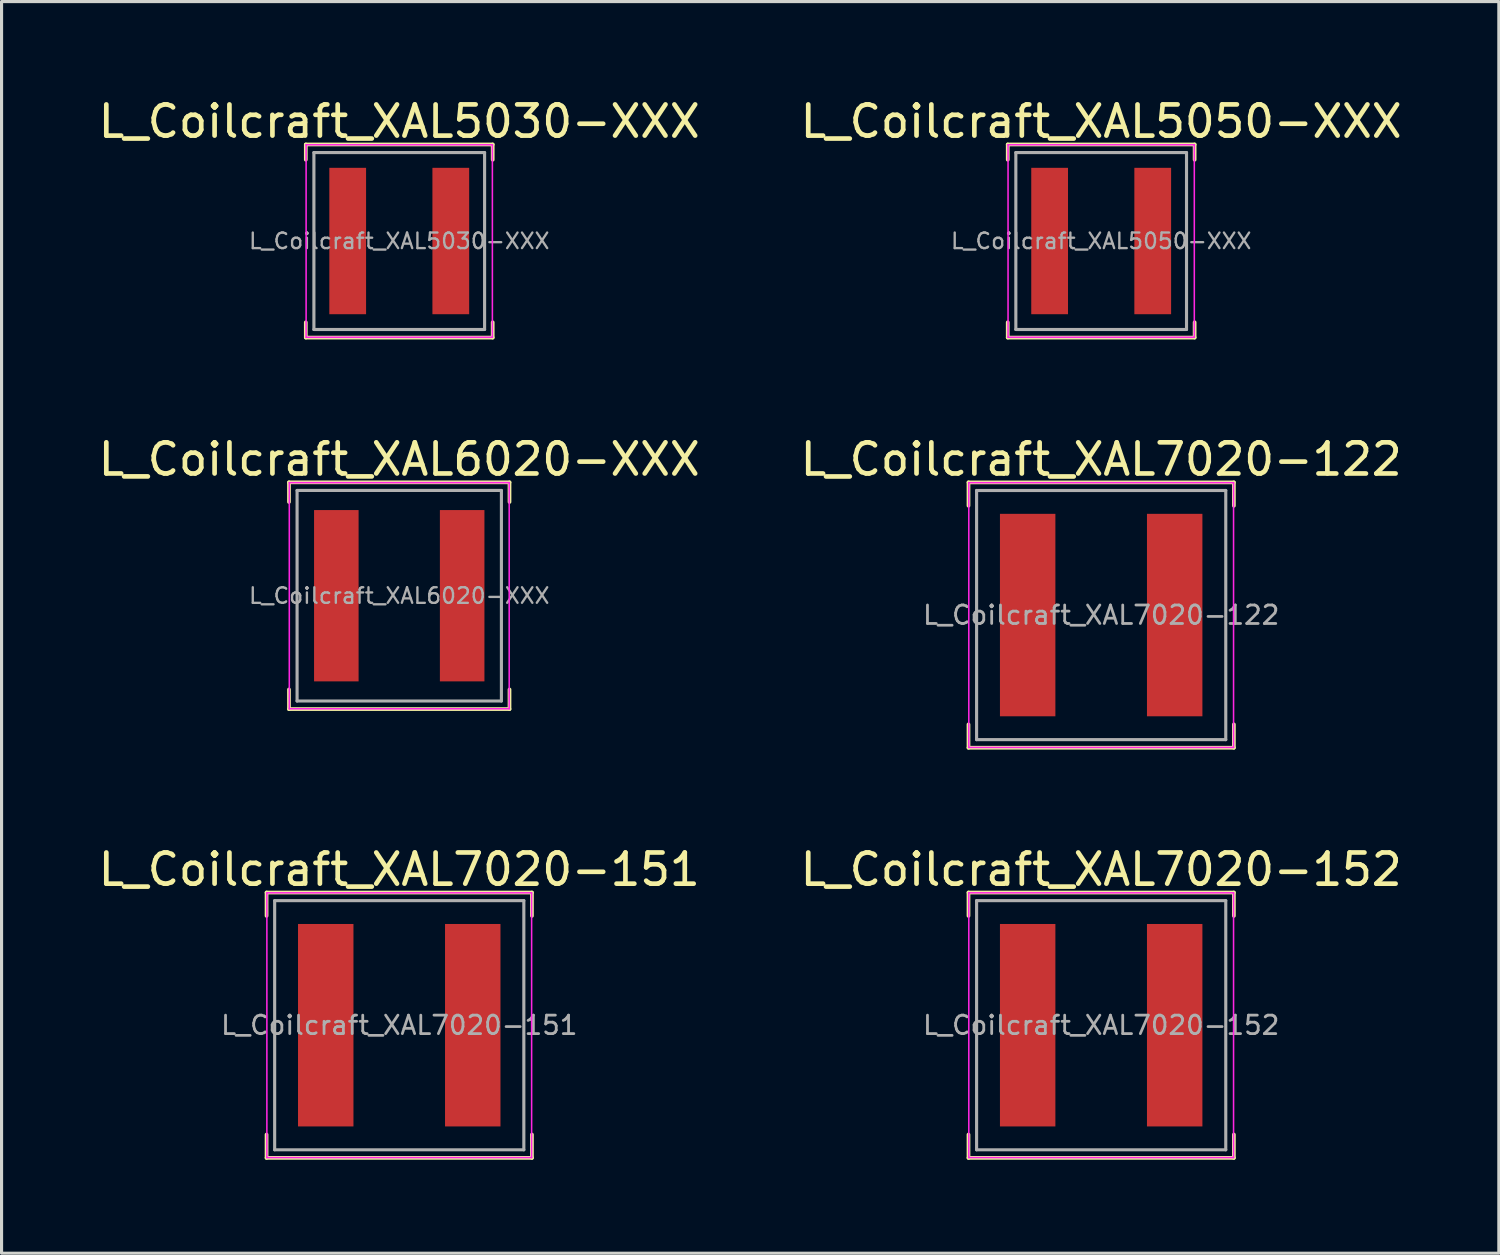
<source format=kicad_pcb>
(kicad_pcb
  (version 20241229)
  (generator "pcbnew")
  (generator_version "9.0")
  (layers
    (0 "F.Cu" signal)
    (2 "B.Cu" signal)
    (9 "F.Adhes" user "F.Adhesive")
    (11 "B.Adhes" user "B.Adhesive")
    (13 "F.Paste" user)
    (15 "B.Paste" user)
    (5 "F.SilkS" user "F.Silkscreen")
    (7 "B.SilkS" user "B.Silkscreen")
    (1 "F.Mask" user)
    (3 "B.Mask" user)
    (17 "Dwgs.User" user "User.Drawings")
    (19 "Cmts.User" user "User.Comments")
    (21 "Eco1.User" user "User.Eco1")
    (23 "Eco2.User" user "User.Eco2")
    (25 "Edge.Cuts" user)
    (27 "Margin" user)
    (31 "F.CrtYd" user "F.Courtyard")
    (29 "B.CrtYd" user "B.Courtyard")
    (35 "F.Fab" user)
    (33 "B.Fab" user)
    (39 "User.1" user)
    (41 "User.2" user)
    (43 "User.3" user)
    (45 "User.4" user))
  (footprint "L_Coilcraft_XAL5030-XXX"
    (layer "F.Cu")
    (at 9.768 4.688)
    (property "Reference" "L_Coilcraft_XAL5030-XXX" (at 0 -3.84 0) (layer "F.SilkS") (effects (font (size 1 1) (thickness 0.15))))
    (attr smd)
    (fp_line (start -3 -3.1) (end -3 -2.61) (stroke (width 0.12) (type solid)) (layer "F.SilkS"))
    (fp_line (start -3 -3.1) (end 3 -3.1) (stroke (width 0.12) (type solid)) (layer "F.SilkS"))
    (fp_line (start -3 3.1) (end -3 2.61) (stroke (width 0.12) (type solid)) (layer "F.SilkS"))
    (fp_line (start -3 3.1) (end 3 3.1) (stroke (width 0.12) (type solid)) (layer "F.SilkS"))
    (fp_line (start 3 -3.1) (end 3 -2.61) (stroke (width 0.12) (type solid)) (layer "F.SilkS"))
    (fp_line (start 3 3.1) (end 3 2.61) (stroke (width 0.12) (type solid)) (layer "F.SilkS"))
    (fp_line (start -2.99 -3.09) (end -2.99 3.09) (stroke (width 0.05) (type solid)) (layer "F.CrtYd"))
    (fp_line (start -2.99 3.09) (end 2.99 3.09) (stroke (width 0.05) (type solid)) (layer "F.CrtYd"))
    (fp_line (start 2.99 -3.09) (end -2.99 -3.09) (stroke (width 0.05) (type solid)) (layer "F.CrtYd"))
    (fp_line (start 2.99 3.09) (end 2.99 -3.09) (stroke (width 0.05) (type solid)) (layer "F.CrtYd"))
    (fp_line (start -2.74 -2.84) (end -2.74 2.84) (stroke (width 0.1) (type solid)) (layer "F.Fab"))
    (fp_line (start -2.74 2.84) (end 2.74 2.84) (stroke (width 0.1) (type solid)) (layer "F.Fab"))
    (fp_line (start 2.74 -2.84) (end -2.74 -2.84) (stroke (width 0.1) (type solid)) (layer "F.Fab"))
    (fp_line (start 2.74 2.84) (end 2.74 -2.84) (stroke (width 0.1) (type solid)) (layer "F.Fab"))
    (fp_text user "${REFERENCE}" (at 0 0 0) (layer "F.Fab") (effects (font (size 0.5 0.5) (thickness 0.075))))
    (pad "1" smd rect (at -1.655 0) (size 1.18 4.7) (layers "F.Cu" "F.Mask" "F.Paste"))
    (pad "2" smd rect (at 1.655 0) (size 1.18 4.7) (layers "F.Cu" "F.Mask" "F.Paste")))
  (footprint "L_Coilcraft_XAL7020-151"
    (layer "F.Cu")
    (at 9.768 29.865)
    (property "Reference" "L_Coilcraft_XAL7020-151" (at 0 -5 0) (layer "F.SilkS") (effects (font (size 1 1) (thickness 0.15))))
    (attr smd)
    (fp_line (start -4.26 -4.26) (end -4.26 -3.51) (stroke (width 0.12) (type solid)) (layer "F.SilkS"))
    (fp_line (start -4.26 -4.26) (end 4.26 -4.26) (stroke (width 0.12) (type solid)) (layer "F.SilkS"))
    (fp_line (start -4.26 4.26) (end -4.26 3.51) (stroke (width 0.12) (type solid)) (layer "F.SilkS"))
    (fp_line (start -4.26 4.26) (end 4.26 4.26) (stroke (width 0.12) (type solid)) (layer "F.SilkS"))
    (fp_line (start 4.26 -4.26) (end 4.26 -3.51) (stroke (width 0.12) (type solid)) (layer "F.SilkS"))
    (fp_line (start 4.26 4.26) (end 4.26 3.51) (stroke (width 0.12) (type solid)) (layer "F.SilkS"))
    (fp_line (start -4.25 -4.25) (end -4.25 4.25) (stroke (width 0.05) (type solid)) (layer "F.CrtYd"))
    (fp_line (start -4.25 4.25) (end 4.25 4.25) (stroke (width 0.05) (type solid)) (layer "F.CrtYd"))
    (fp_line (start 4.25 -4.25) (end -4.25 -4.25) (stroke (width 0.05) (type solid)) (layer "F.CrtYd"))
    (fp_line (start 4.25 4.25) (end 4.25 -4.25) (stroke (width 0.05) (type solid)) (layer "F.CrtYd"))
    (fp_line (start -4 -4) (end -4 4) (stroke (width 0.1) (type solid)) (layer "F.Fab"))
    (fp_line (start -4 4) (end 4 4) (stroke (width 0.1) (type solid)) (layer "F.Fab"))
    (fp_line (start 4 -4) (end -4 -4) (stroke (width 0.1) (type solid)) (layer "F.Fab"))
    (fp_line (start 4 4) (end 4 -4) (stroke (width 0.1) (type solid)) (layer "F.Fab"))
    (fp_text user "${REFERENCE}" (at 0 0 0) (layer "F.Fab") (effects (font (size 0.593 0.593) (thickness 0.089))))
    (pad "1" smd rect (at -2.36 0) (size 1.78 6.5) (layers "F.Cu" "F.Mask" "F.Paste"))
    (pad "2" smd rect (at 2.36 0) (size 1.78 6.5) (layers "F.Cu" "F.Mask" "F.Paste")))
  (footprint "L_Coilcraft_XAL5050-XXX"
    (layer "F.Cu")
    (at 32.304 4.688)
    (property "Reference" "L_Coilcraft_XAL5050-XXX" (at 0 -3.84 0) (layer "F.SilkS") (effects (font (size 1 1) (thickness 0.15))))
    (attr smd)
    (fp_line (start -3 -3.1) (end -3 -2.61) (stroke (width 0.12) (type solid)) (layer "F.SilkS"))
    (fp_line (start -3 -3.1) (end 3 -3.1) (stroke (width 0.12) (type solid)) (layer "F.SilkS"))
    (fp_line (start -3 3.1) (end -3 2.61) (stroke (width 0.12) (type solid)) (layer "F.SilkS"))
    (fp_line (start -3 3.1) (end 3 3.1) (stroke (width 0.12) (type solid)) (layer "F.SilkS"))
    (fp_line (start 3 -3.1) (end 3 -2.61) (stroke (width 0.12) (type solid)) (layer "F.SilkS"))
    (fp_line (start 3 3.1) (end 3 2.61) (stroke (width 0.12) (type solid)) (layer "F.SilkS"))
    (fp_line (start -2.99 -3.09) (end -2.99 3.09) (stroke (width 0.05) (type solid)) (layer "F.CrtYd"))
    (fp_line (start -2.99 3.09) (end 2.99 3.09) (stroke (width 0.05) (type solid)) (layer "F.CrtYd"))
    (fp_line (start 2.99 -3.09) (end -2.99 -3.09) (stroke (width 0.05) (type solid)) (layer "F.CrtYd"))
    (fp_line (start 2.99 3.09) (end 2.99 -3.09) (stroke (width 0.05) (type solid)) (layer "F.CrtYd"))
    (fp_line (start -2.74 -2.84) (end -2.74 2.84) (stroke (width 0.1) (type solid)) (layer "F.Fab"))
    (fp_line (start -2.74 2.84) (end 2.74 2.84) (stroke (width 0.1) (type solid)) (layer "F.Fab"))
    (fp_line (start 2.74 -2.84) (end -2.74 -2.84) (stroke (width 0.1) (type solid)) (layer "F.Fab"))
    (fp_line (start 2.74 2.84) (end 2.74 -2.84) (stroke (width 0.1) (type solid)) (layer "F.Fab"))
    (fp_text user "${REFERENCE}" (at 0 0 0) (layer "F.Fab") (effects (font (size 0.5 0.5) (thickness 0.075))))
    (pad "1" smd rect (at -1.655 0) (size 1.18 4.7) (layers "F.Cu" "F.Mask" "F.Paste"))
    (pad "2" smd rect (at 1.655 0) (size 1.18 4.7) (layers "F.Cu" "F.Mask" "F.Paste")))
  (footprint "L_Coilcraft_XAL6020-XXX"
    (layer "F.Cu")
    (at 9.768 16.076)
    (property "Reference" "L_Coilcraft_XAL6020-XXX" (at 0 -4.38 0) (layer "F.SilkS") (effects (font (size 1 1) (thickness 0.15))))
    (attr smd)
    (fp_line (start -3.54 -3.64) (end -3.54 -3.01) (stroke (width 0.12) (type solid)) (layer "F.SilkS"))
    (fp_line (start -3.54 -3.64) (end 3.54 -3.64) (stroke (width 0.12) (type solid)) (layer "F.SilkS"))
    (fp_line (start -3.54 3.64) (end -3.54 3.01) (stroke (width 0.12) (type solid)) (layer "F.SilkS"))
    (fp_line (start -3.54 3.64) (end 3.54 3.64) (stroke (width 0.12) (type solid)) (layer "F.SilkS"))
    (fp_line (start 3.54 -3.64) (end 3.54 -3.01) (stroke (width 0.12) (type solid)) (layer "F.SilkS"))
    (fp_line (start 3.54 3.64) (end 3.54 3.01) (stroke (width 0.12) (type solid)) (layer "F.SilkS"))
    (fp_line (start -3.53 -3.63) (end -3.53 3.63) (stroke (width 0.05) (type solid)) (layer "F.CrtYd"))
    (fp_line (start -3.53 3.63) (end 3.53 3.63) (stroke (width 0.05) (type solid)) (layer "F.CrtYd"))
    (fp_line (start 3.53 -3.63) (end -3.53 -3.63) (stroke (width 0.05) (type solid)) (layer "F.CrtYd"))
    (fp_line (start 3.53 3.63) (end 3.53 -3.63) (stroke (width 0.05) (type solid)) (layer "F.CrtYd"))
    (fp_line (start -3.28 -3.38) (end -3.28 3.38) (stroke (width 0.1) (type solid)) (layer "F.Fab"))
    (fp_line (start -3.28 3.38) (end 3.28 3.38) (stroke (width 0.1) (type solid)) (layer "F.Fab"))
    (fp_line (start 3.28 -3.38) (end -3.28 -3.38) (stroke (width 0.1) (type solid)) (layer "F.Fab"))
    (fp_line (start 3.28 3.38) (end 3.28 -3.38) (stroke (width 0.1) (type solid)) (layer "F.Fab"))
    (fp_text user "${REFERENCE}" (at 0 0 0) (layer "F.Fab") (effects (font (size 0.5 0.5) (thickness 0.075))))
    (pad "1" smd rect (at -2.02 0) (size 1.43 5.5) (layers "F.Cu" "F.Mask" "F.Paste"))
    (pad "2" smd rect (at 2.02 0) (size 1.43 5.5) (layers "F.Cu" "F.Mask" "F.Paste")))
  (footprint "L_Coilcraft_XAL7020-122"
    (layer "F.Cu")
    (at 32.304 16.697)
    (property "Reference" "L_Coilcraft_XAL7020-122" (at 0 -5 0) (layer "F.SilkS") (effects (font (size 1 1) (thickness 0.15))))
    (attr smd)
    (fp_line (start -4.26 -4.26) (end -4.26 -3.51) (stroke (width 0.12) (type solid)) (layer "F.SilkS"))
    (fp_line (start -4.26 -4.26) (end 4.26 -4.26) (stroke (width 0.12) (type solid)) (layer "F.SilkS"))
    (fp_line (start -4.26 4.26) (end -4.26 3.51) (stroke (width 0.12) (type solid)) (layer "F.SilkS"))
    (fp_line (start -4.26 4.26) (end 4.26 4.26) (stroke (width 0.12) (type solid)) (layer "F.SilkS"))
    (fp_line (start 4.26 -4.26) (end 4.26 -3.51) (stroke (width 0.12) (type solid)) (layer "F.SilkS"))
    (fp_line (start 4.26 4.26) (end 4.26 3.51) (stroke (width 0.12) (type solid)) (layer "F.SilkS"))
    (fp_line (start -4.25 -4.25) (end -4.25 4.25) (stroke (width 0.05) (type solid)) (layer "F.CrtYd"))
    (fp_line (start -4.25 4.25) (end 4.25 4.25) (stroke (width 0.05) (type solid)) (layer "F.CrtYd"))
    (fp_line (start 4.25 -4.25) (end -4.25 -4.25) (stroke (width 0.05) (type solid)) (layer "F.CrtYd"))
    (fp_line (start 4.25 4.25) (end 4.25 -4.25) (stroke (width 0.05) (type solid)) (layer "F.CrtYd"))
    (fp_line (start -4 -4) (end -4 4) (stroke (width 0.1) (type solid)) (layer "F.Fab"))
    (fp_line (start -4 4) (end 4 4) (stroke (width 0.1) (type solid)) (layer "F.Fab"))
    (fp_line (start 4 -4) (end -4 -4) (stroke (width 0.1) (type solid)) (layer "F.Fab"))
    (fp_line (start 4 4) (end 4 -4) (stroke (width 0.1) (type solid)) (layer "F.Fab"))
    (fp_text user "${REFERENCE}" (at 0 0 0) (layer "F.Fab") (effects (font (size 0.593 0.593) (thickness 0.089))))
    (pad "1" smd rect (at -2.36 0) (size 1.78 6.5) (layers "F.Cu" "F.Mask" "F.Paste"))
    (pad "2" smd rect (at 2.36 0) (size 1.78 6.5) (layers "F.Cu" "F.Mask" "F.Paste")))
  (footprint "L_Coilcraft_XAL7020-152"
    (layer "F.Cu")
    (at 32.304 29.865)
    (property "Reference" "L_Coilcraft_XAL7020-152" (at 0 -5 0) (layer "F.SilkS") (effects (font (size 1 1) (thickness 0.15))))
    (attr smd)
    (fp_line (start -4.26 -4.26) (end -4.26 -3.51) (stroke (width 0.12) (type solid)) (layer "F.SilkS"))
    (fp_line (start -4.26 -4.26) (end 4.26 -4.26) (stroke (width 0.12) (type solid)) (layer "F.SilkS"))
    (fp_line (start -4.26 4.26) (end -4.26 3.51) (stroke (width 0.12) (type solid)) (layer "F.SilkS"))
    (fp_line (start -4.26 4.26) (end 4.26 4.26) (stroke (width 0.12) (type solid)) (layer "F.SilkS"))
    (fp_line (start 4.26 -4.26) (end 4.26 -3.51) (stroke (width 0.12) (type solid)) (layer "F.SilkS"))
    (fp_line (start 4.26 4.26) (end 4.26 3.51) (stroke (width 0.12) (type solid)) (layer "F.SilkS"))
    (fp_line (start -4.25 -4.25) (end -4.25 4.25) (stroke (width 0.05) (type solid)) (layer "F.CrtYd"))
    (fp_line (start -4.25 4.25) (end 4.25 4.25) (stroke (width 0.05) (type solid)) (layer "F.CrtYd"))
    (fp_line (start 4.25 -4.25) (end -4.25 -4.25) (stroke (width 0.05) (type solid)) (layer "F.CrtYd"))
    (fp_line (start 4.25 4.25) (end 4.25 -4.25) (stroke (width 0.05) (type solid)) (layer "F.CrtYd"))
    (fp_line (start -4 -4) (end -4 4) (stroke (width 0.1) (type solid)) (layer "F.Fab"))
    (fp_line (start -4 4) (end 4 4) (stroke (width 0.1) (type solid)) (layer "F.Fab"))
    (fp_line (start 4 -4) (end -4 -4) (stroke (width 0.1) (type solid)) (layer "F.Fab"))
    (fp_line (start 4 4) (end 4 -4) (stroke (width 0.1) (type solid)) (layer "F.Fab"))
    (fp_text user "${REFERENCE}" (at 0 0 0) (layer "F.Fab") (effects (font (size 0.593 0.593) (thickness 0.089))))
    (pad "1" smd rect (at -2.36 0) (size 1.78 6.5) (layers "F.Cu" "F.Mask" "F.Paste"))
    (pad "2" smd rect (at 2.36 0) (size 1.78 6.5) (layers "F.Cu" "F.Mask" "F.Paste")))
  (gr_rect
    (start -3 -3)
    (end 45.071 37.185)
    (stroke (width 0.1) (type default))
    (fill no)
    (layer "Edge.Cuts")))
</source>
